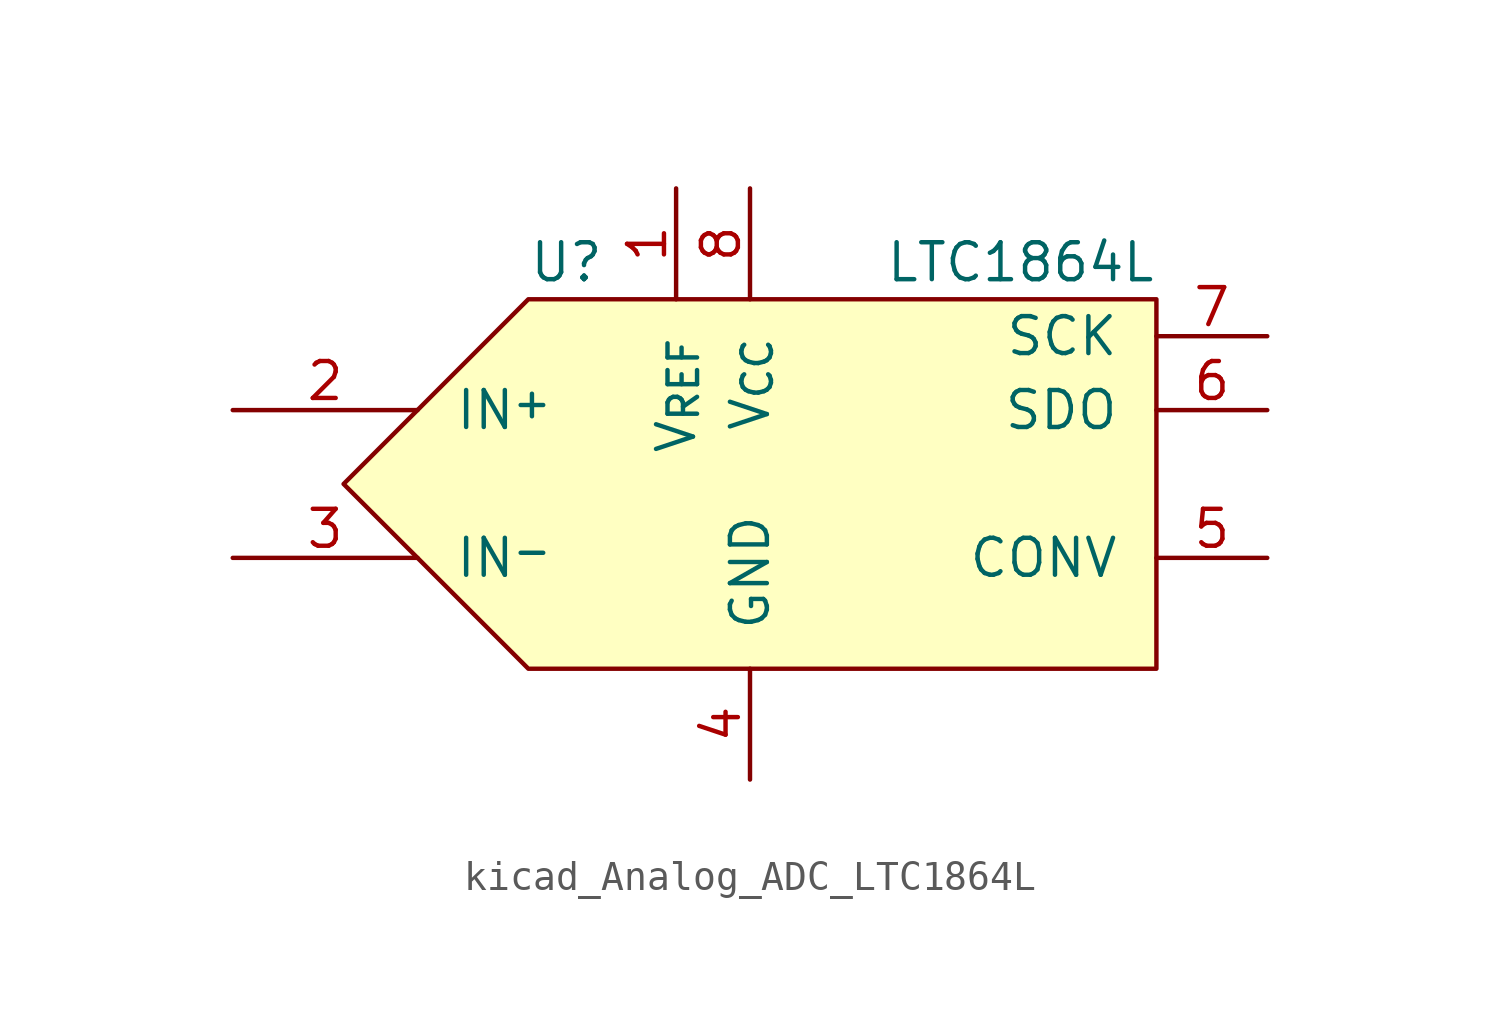
<source format=kicad_sym>
(kicad_symbol_lib
  (version 20220914)
  (generator kicad_symbol_editor)
  (symbol "kicad_Analog_ADC_LTC1864L"
    (pin_names
      (offset 1.27))
    (property "Reference" "U"
      (at -10.16 7.62 0)
      (effects (font (size 1.27 1.27)) (justify left)))
    (property "Value" "LTC1864L"
      (at 11.43 7.62 0)
      (effects (font (size 1.27 1.27)) (justify right)))
    (symbol "kicad_Analog_ADC_LTC1864L_0_1"
      (polyline (pts (xy 11.43 6.35) (xy -10.16 6.35) (xy -16.51 0) (xy -10.16 -6.35) (xy 11.43 -6.35) (xy 11.43 6.35)) (stroke (width 0) (type default)) (fill (type background))))
    (symbol "kicad_Analog_ADC_LTC1864L_1_1"
      (pin input line (at -5.08 10.16 270) (length 3.81) (name "V_{REF}" (effects (font (size 1.27 1.27)))) (number "1" (effects (font (size 1.27 1.27)))))
      (pin input line (at -20.32 2.54 0) (length 6.35) (name "IN^{+}" (effects (font (size 1.27 1.27)))) (number "2" (effects (font (size 1.27 1.27)))))
      (pin input line (at -20.32 -2.54 0) (length 6.35) (name "IN^{-}" (effects (font (size 1.27 1.27)))) (number "3" (effects (font (size 1.27 1.27)))))
      (pin power_in line (at -2.54 -10.16 90) (length 3.81) (name "GND" (effects (font (size 1.27 1.27)))) (number "4" (effects (font (size 1.27 1.27)))))
      (pin input line (at 15.24 -2.54 180) (length 3.81) (name "CONV" (effects (font (size 1.27 1.27)))) (number "5" (effects (font (size 1.27 1.27)))))
      (pin output line (at 15.24 2.54 180) (length 3.81) (name "SDO" (effects (font (size 1.27 1.27)))) (number "6" (effects (font (size 1.27 1.27)))))
      (pin input line (at 15.24 5.08 180) (length 3.81) (name "SCK" (effects (font (size 1.27 1.27)))) (number "7" (effects (font (size 1.27 1.27)))))
      (pin power_in line (at -2.54 10.16 270) (length 3.81) (name "V_{CC}" (effects (font (size 1.27 1.27)))) (number "8" (effects (font (size 1.27 1.27))))))))
</source>
